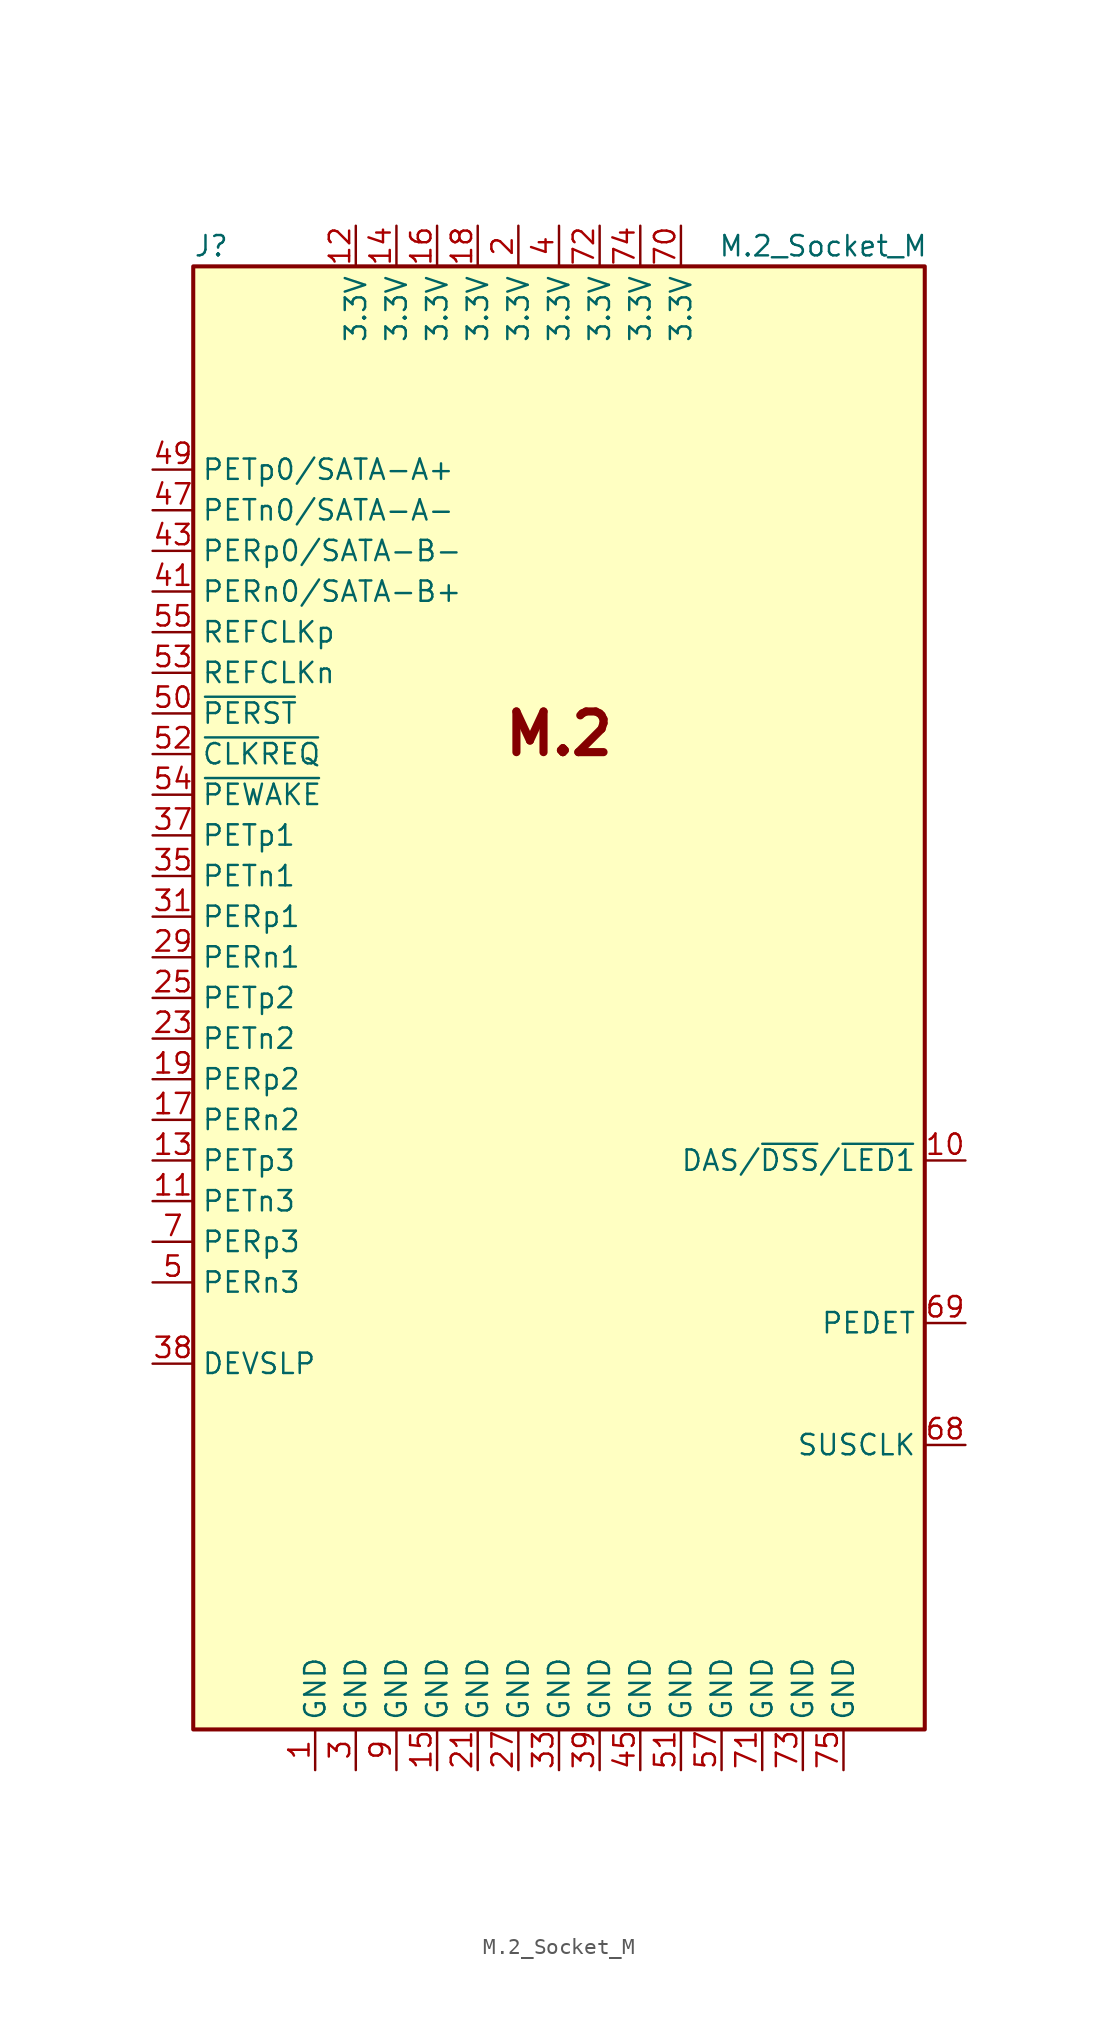
<source format=kicad_sym>
(kicad_symbol_lib
  (version 20200908)
  (generator kicad_symbol_editor)
  (symbol "Fuzzy1:M.2_Socket_M"
    (property "Reference" "J"
      (at -22.86 46.99 0)
      (effects (font (size 1.27 1.27)) (justify left)))
    (property "Value" "M.2_Socket_M"
      (at 16.51 46.99 0)
      (effects (font (size 1.27 1.27))))
    (symbol "M.2_Socket_M_1_1"
      (text "M.2" (at 0 16.51 0) (effects (font (size 2.54 2.54) bold)))
      (pin power_in line (at -15.24 -48.26 90) (length 2.54) (name "GND" (effects (font (size 1.27 1.27)))) (number "1" (effects (font (size 1.27 1.27)))))
      (pin bidirectional line (at 25.4 -10.16 180) (length 2.54) (name "DAS/~DSS~/~LED1" (effects (font (size 1.27 1.27)))) (number "10" (effects (font (size 1.27 1.27)))))
      (pin output line (at -25.4 -12.7 0) (length 2.54) (name "PETn3" (effects (font (size 1.27 1.27)))) (number "11" (effects (font (size 1.27 1.27)))))
      (pin power_in line (at -12.7 48.26 270) (length 2.54) (name "3.3V" (effects (font (size 1.27 1.27)))) (number "12" (effects (font (size 1.27 1.27)))))
      (pin output line (at -25.4 -10.16 0) (length 2.54) (name "PETp3" (effects (font (size 1.27 1.27)))) (number "13" (effects (font (size 1.27 1.27)))))
      (pin power_in line (at -10.16 48.26 270) (length 2.54) (name "3.3V" (effects (font (size 1.27 1.27)))) (number "14" (effects (font (size 1.27 1.27)))))
      (pin power_in line (at -7.62 -48.26 90) (length 2.54) (name "GND" (effects (font (size 1.27 1.27)))) (number "15" (effects (font (size 1.27 1.27)))))
      (pin power_in line (at -7.62 48.26 270) (length 2.54) (name "3.3V" (effects (font (size 1.27 1.27)))) (number "16" (effects (font (size 1.27 1.27)))))
      (pin input line (at -25.4 -7.62 0) (length 2.54) (name "PERn2" (effects (font (size 1.27 1.27)))) (number "17" (effects (font (size 1.27 1.27)))))
      (pin power_in line (at -5.08 48.26 270) (length 2.54) (name "3.3V" (effects (font (size 1.27 1.27)))) (number "18" (effects (font (size 1.27 1.27)))))
      (pin input line (at -25.4 -5.08 0) (length 2.54) (name "PERp2" (effects (font (size 1.27 1.27)))) (number "19" (effects (font (size 1.27 1.27)))))
      (pin power_in line (at -2.54 48.26 270) (length 2.54) (name "3.3V" (effects (font (size 1.27 1.27)))) (number "2" (effects (font (size 1.27 1.27)))))
      (pin unconnected line (at 22.86 2.54 180) (length 2.54) hide (name "NC" (effects (font (size 1.27 1.27)))) (number "20" (effects (font (size 1.27 1.27)))))
      (pin power_in line (at -5.08 -48.26 90) (length 2.54) (name "GND" (effects (font (size 1.27 1.27)))) (number "21" (effects (font (size 1.27 1.27)))))
      (pin unconnected line (at 22.86 5.08 180) (length 2.54) hide (name "NC" (effects (font (size 1.27 1.27)))) (number "22" (effects (font (size 1.27 1.27)))))
      (pin output line (at -25.4 -2.54 0) (length 2.54) (name "PETn2" (effects (font (size 1.27 1.27)))) (number "23" (effects (font (size 1.27 1.27)))))
      (pin unconnected line (at 22.86 7.62 180) (length 2.54) hide (name "NC" (effects (font (size 1.27 1.27)))) (number "24" (effects (font (size 1.27 1.27)))))
      (pin output line (at -25.4 0 0) (length 2.54) (name "PETp2" (effects (font (size 1.27 1.27)))) (number "25" (effects (font (size 1.27 1.27)))))
      (pin unconnected line (at 22.86 10.16 180) (length 2.54) hide (name "NC" (effects (font (size 1.27 1.27)))) (number "26" (effects (font (size 1.27 1.27)))))
      (pin power_in line (at -2.54 -48.26 90) (length 2.54) (name "GND" (effects (font (size 1.27 1.27)))) (number "27" (effects (font (size 1.27 1.27)))))
      (pin unconnected line (at 22.86 12.7 180) (length 2.54) hide (name "NC" (effects (font (size 1.27 1.27)))) (number "28" (effects (font (size 1.27 1.27)))))
      (pin input line (at -25.4 2.54 0) (length 2.54) (name "PERn1" (effects (font (size 1.27 1.27)))) (number "29" (effects (font (size 1.27 1.27)))))
      (pin power_in line (at -12.7 -48.26 90) (length 2.54) (name "GND" (effects (font (size 1.27 1.27)))) (number "3" (effects (font (size 1.27 1.27)))))
      (pin unconnected line (at 22.86 15.24 180) (length 2.54) hide (name "NC" (effects (font (size 1.27 1.27)))) (number "30" (effects (font (size 1.27 1.27)))))
      (pin input line (at -25.4 5.08 0) (length 2.54) (name "PERp1" (effects (font (size 1.27 1.27)))) (number "31" (effects (font (size 1.27 1.27)))))
      (pin unconnected line (at 22.86 17.78 180) (length 2.54) hide (name "NC" (effects (font (size 1.27 1.27)))) (number "32" (effects (font (size 1.27 1.27)))))
      (pin power_in line (at 0 -48.26 90) (length 2.54) (name "GND" (effects (font (size 1.27 1.27)))) (number "33" (effects (font (size 1.27 1.27)))))
      (pin unconnected line (at 22.86 20.32 180) (length 2.54) hide (name "NC" (effects (font (size 1.27 1.27)))) (number "34" (effects (font (size 1.27 1.27)))))
      (pin output line (at -25.4 7.62 0) (length 2.54) (name "PETn1" (effects (font (size 1.27 1.27)))) (number "35" (effects (font (size 1.27 1.27)))))
      (pin unconnected line (at 22.86 22.86 180) (length 2.54) hide (name "NC" (effects (font (size 1.27 1.27)))) (number "36" (effects (font (size 1.27 1.27)))))
      (pin output line (at -25.4 10.16 0) (length 2.54) (name "PETp1" (effects (font (size 1.27 1.27)))) (number "37" (effects (font (size 1.27 1.27)))))
      (pin output line (at -25.4 -22.86 0) (length 2.54) (name "DEVSLP" (effects (font (size 1.27 1.27)))) (number "38" (effects (font (size 1.27 1.27)))))
      (pin power_in line (at 2.54 -48.26 90) (length 2.54) (name "GND" (effects (font (size 1.27 1.27)))) (number "39" (effects (font (size 1.27 1.27)))))
      (pin power_in line (at 0 48.26 270) (length 2.54) (name "3.3V" (effects (font (size 1.27 1.27)))) (number "4" (effects (font (size 1.27 1.27)))))
      (pin unconnected line (at 22.86 25.4 180) (length 2.54) hide (name "NC" (effects (font (size 1.27 1.27)))) (number "40" (effects (font (size 1.27 1.27)))))
      (pin input line (at -25.4 25.4 0) (length 2.54) (name "PERn0/SATA-B+" (effects (font (size 1.27 1.27)))) (number "41" (effects (font (size 1.27 1.27)))))
      (pin unconnected line (at 22.86 27.94 180) (length 2.54) hide (name "NC" (effects (font (size 1.27 1.27)))) (number "42" (effects (font (size 1.27 1.27)))))
      (pin input line (at -25.4 27.94 0) (length 2.54) (name "PERp0/SATA-B-" (effects (font (size 1.27 1.27)))) (number "43" (effects (font (size 1.27 1.27)))))
      (pin unconnected line (at 22.86 30.48 180) (length 2.54) hide (name "NC" (effects (font (size 1.27 1.27)))) (number "44" (effects (font (size 1.27 1.27)))))
      (pin power_in line (at 5.08 -48.26 90) (length 2.54) (name "GND" (effects (font (size 1.27 1.27)))) (number "45" (effects (font (size 1.27 1.27)))))
      (pin unconnected line (at 22.86 33.02 180) (length 2.54) hide (name "NC" (effects (font (size 1.27 1.27)))) (number "46" (effects (font (size 1.27 1.27)))))
      (pin output line (at -25.4 30.48 0) (length 2.54) (name "PETn0/SATA-A-" (effects (font (size 1.27 1.27)))) (number "47" (effects (font (size 1.27 1.27)))))
      (pin unconnected line (at 22.86 35.56 180) (length 2.54) hide (name "NC" (effects (font (size 1.27 1.27)))) (number "48" (effects (font (size 1.27 1.27)))))
      (pin output line (at -25.4 33.02 0) (length 2.54) (name "PETp0/SATA-A+" (effects (font (size 1.27 1.27)))) (number "49" (effects (font (size 1.27 1.27)))))
      (pin input line (at -25.4 -17.78 0) (length 2.54) (name "PERn3" (effects (font (size 1.27 1.27)))) (number "5" (effects (font (size 1.27 1.27)))))
      (pin output line (at -25.4 17.78 0) (length 2.54) (name "~PERST" (effects (font (size 1.27 1.27)))) (number "50" (effects (font (size 1.27 1.27)))))
      (pin power_in line (at 7.62 -48.26 90) (length 2.54) (name "GND" (effects (font (size 1.27 1.27)))) (number "51" (effects (font (size 1.27 1.27)))))
      (pin bidirectional line (at -25.4 15.24 0) (length 2.54) (name "~CLKREQ" (effects (font (size 1.27 1.27)))) (number "52" (effects (font (size 1.27 1.27)))))
      (pin output line (at -25.4 20.32 0) (length 2.54) (name "REFCLKn" (effects (font (size 1.27 1.27)))) (number "53" (effects (font (size 1.27 1.27)))))
      (pin bidirectional line (at -25.4 12.7 0) (length 2.54) (name "~PEWAKE" (effects (font (size 1.27 1.27)))) (number "54" (effects (font (size 1.27 1.27)))))
      (pin output line (at -25.4 22.86 0) (length 2.54) (name "REFCLKp" (effects (font (size 1.27 1.27)))) (number "55" (effects (font (size 1.27 1.27)))))
      (pin unconnected line (at 22.86 38.1 180) (length 2.54) hide (name "NC" (effects (font (size 1.27 1.27)))) (number "56" (effects (font (size 1.27 1.27)))))
      (pin power_in line (at 10.16 -48.26 90) (length 2.54) (name "GND" (effects (font (size 1.27 1.27)))) (number "57" (effects (font (size 1.27 1.27)))))
      (pin unconnected line (at 22.86 40.64 180) (length 2.54) hide (name "NC" (effects (font (size 1.27 1.27)))) (number "58" (effects (font (size 1.27 1.27)))))
      (pin unconnected line (at 22.86 -2.54 180) (length 2.54) hide (name "NC" (effects (font (size 1.27 1.27)))) (number "6" (effects (font (size 1.27 1.27)))))
      (pin unconnected line (at 22.86 -5.08 180) (length 2.54) hide (name "NC" (effects (font (size 1.27 1.27)))) (number "67" (effects (font (size 1.27 1.27)))))
      (pin output line (at 25.4 -27.94 180) (length 2.54) (name "SUSCLK" (effects (font (size 1.27 1.27)))) (number "68" (effects (font (size 1.27 1.27)))))
      (pin passive line (at 25.4 -20.32 180) (length 2.54) (name "PEDET" (effects (font (size 1.27 1.27)))) (number "69" (effects (font (size 1.27 1.27)))))
      (pin input line (at -25.4 -15.24 0) (length 2.54) (name "PERp3" (effects (font (size 1.27 1.27)))) (number "7" (effects (font (size 1.27 1.27)))))
      (pin power_in line (at 7.62 48.26 270) (length 2.54) (name "3.3V" (effects (font (size 1.27 1.27)))) (number "70" (effects (font (size 1.27 1.27)))))
      (pin power_in line (at 12.7 -48.26 90) (length 2.54) (name "GND" (effects (font (size 1.27 1.27)))) (number "71" (effects (font (size 1.27 1.27)))))
      (pin power_in line (at 2.54 48.26 270) (length 2.54) (name "3.3V" (effects (font (size 1.27 1.27)))) (number "72" (effects (font (size 1.27 1.27)))))
      (pin power_in line (at 15.24 -48.26 90) (length 2.54) (name "GND" (effects (font (size 1.27 1.27)))) (number "73" (effects (font (size 1.27 1.27)))))
      (pin power_in line (at 5.08 48.26 270) (length 2.54) (name "3.3V" (effects (font (size 1.27 1.27)))) (number "74" (effects (font (size 1.27 1.27)))))
      (pin power_in line (at 17.78 -48.26 90) (length 2.54) (name "GND" (effects (font (size 1.27 1.27)))) (number "75" (effects (font (size 1.27 1.27)))))
      (pin unconnected line (at 22.86 0 180) (length 2.54) hide (name "NC" (effects (font (size 1.27 1.27)))) (number "8" (effects (font (size 1.27 1.27)))))
      (pin power_in line (at -10.16 -48.26 90) (length 2.54) (name "GND" (effects (font (size 1.27 1.27)))) (number "9" (effects (font (size 1.27 1.27))))))
    (symbol "M.2_Socket_M_0_1"
      (rectangle (start -22.86 45.72) (end 22.86 -45.72) (stroke (width 0.254)) (fill (type background))))))
</source>
